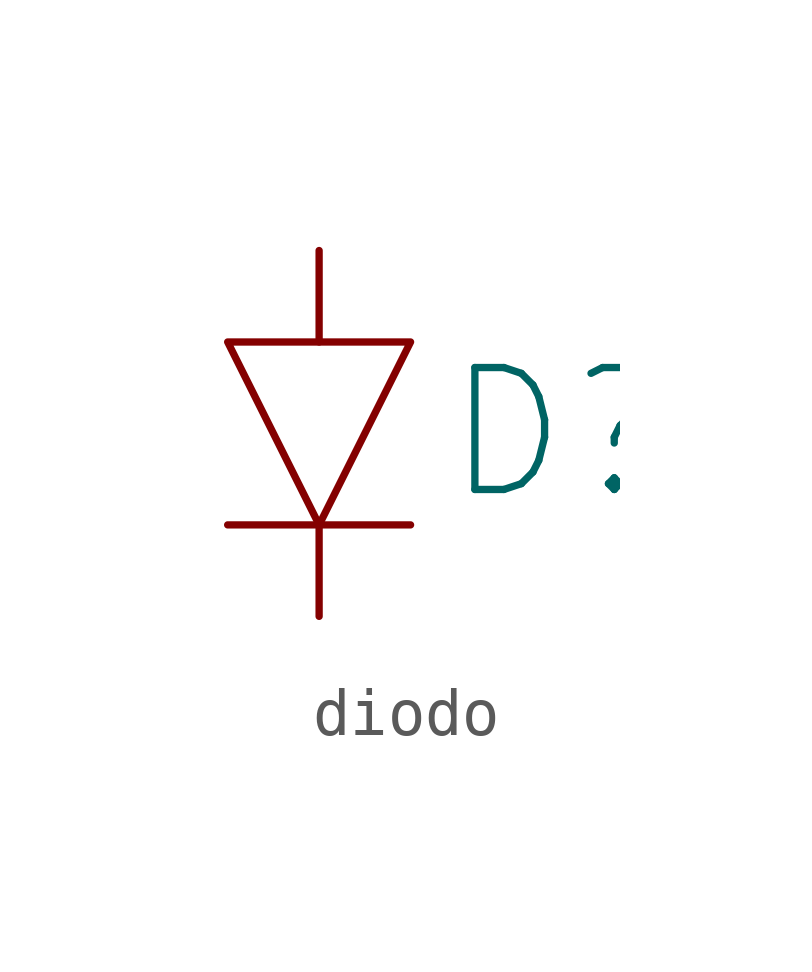
<source format=kicad_sym>
(kicad_symbol_lib
  (version 20231120)
  (generator "kicad_symbol_editor")
  (generator_version "8.0")
  (symbol "diodo"
    (pin_names
      (offset 1.016))
    (property "Reference" "D"
      (at 2.54 -3.81 0)
      (effects (font (size 2.54 2.54)) (justify left)))
    (symbol "diodo_0_1"
      (polyline (pts (xy 1.905 -5.715) (xy -1.905 -5.715)) (stroke (width 0) (type default)) (fill (type none)))
      (polyline (pts (xy 1.905 -1.905) (xy -1.905 -1.905) (xy 0 -5.715) (xy 1.905 -1.905)) (stroke (width 0) (type default)) (fill (type none))))
    (symbol "diodo_1_1"
      (pin input line (at 0 -7.62 90) (length 1.905) (name "" (effects (font (size 1.27 1.27)))) (number "" (effects (font (size 1.143 1.143)))))
      (pin input line (at 0 0 270) (length 1.905) (name "" (effects (font (size 1.27 1.27)))) (number "" (effects (font (size 1.143 1.143))))))))
</source>
